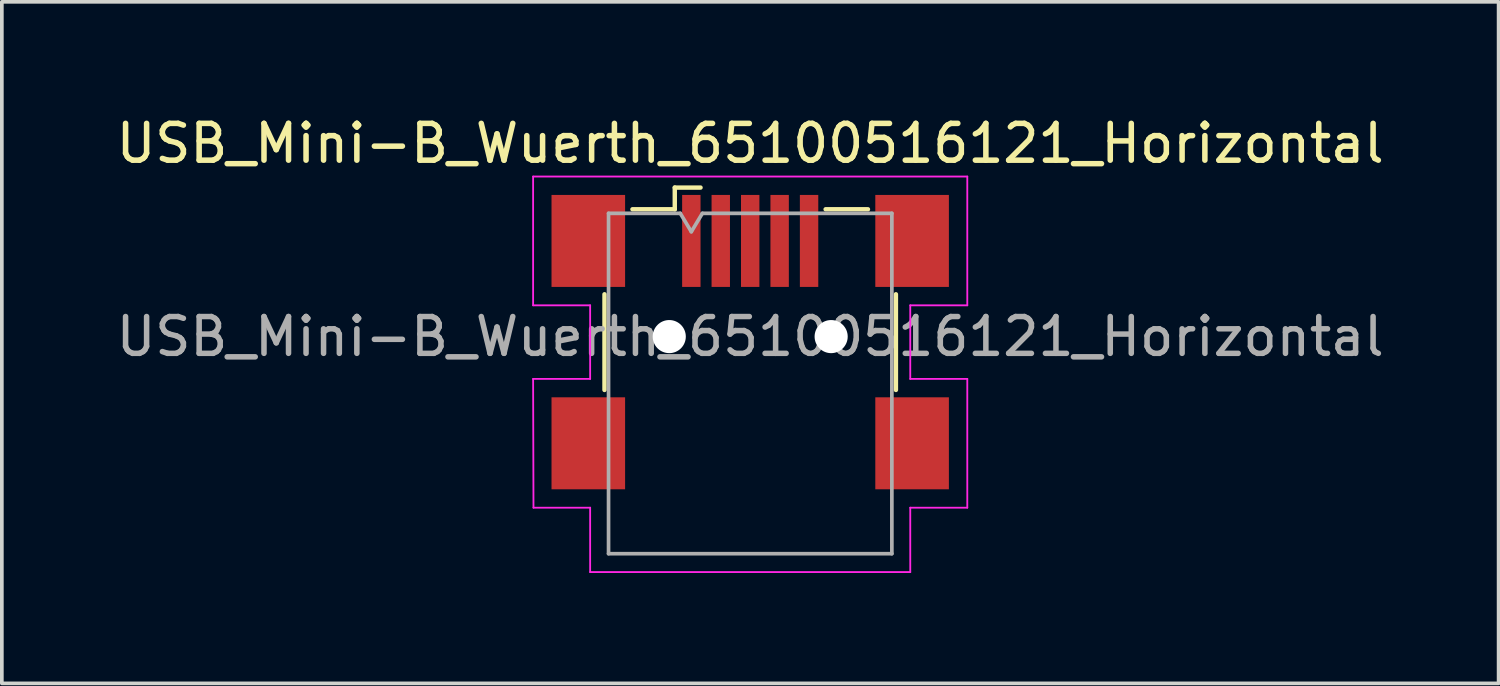
<source format=kicad_pcb>
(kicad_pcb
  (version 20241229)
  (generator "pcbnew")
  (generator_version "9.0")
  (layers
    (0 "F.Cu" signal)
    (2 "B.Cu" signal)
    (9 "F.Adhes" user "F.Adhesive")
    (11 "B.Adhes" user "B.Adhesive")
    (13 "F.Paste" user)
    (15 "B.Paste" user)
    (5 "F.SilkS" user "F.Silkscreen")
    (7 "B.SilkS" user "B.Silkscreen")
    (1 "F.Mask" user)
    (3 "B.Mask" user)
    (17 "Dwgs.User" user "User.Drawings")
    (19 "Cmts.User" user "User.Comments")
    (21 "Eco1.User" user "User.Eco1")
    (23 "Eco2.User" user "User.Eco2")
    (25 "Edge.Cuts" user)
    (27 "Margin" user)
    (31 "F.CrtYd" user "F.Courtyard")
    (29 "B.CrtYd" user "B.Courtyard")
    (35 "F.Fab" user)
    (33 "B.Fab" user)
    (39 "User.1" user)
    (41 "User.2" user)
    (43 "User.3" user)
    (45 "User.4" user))
  (footprint "USB_Mini-B_Wuerth_65100516121_Horizontal"
    (layer "F.Cu")
    (at 17.339 6.098)
    (property "Reference" "USB_Mini-B_Wuerth_65100516121_Horizontal" (at 0 -5.25 0) (layer "F.SilkS") (effects (font (size 1 1) (thickness 0.15))))
    (attr smd)
    (fp_line (start -3.96 1.45) (end -3.96 -1.15) (stroke (width 0.12) (type solid)) (layer "F.SilkS"))
    (fp_line (start -3.2 -3.46) (end -2.05 -3.46) (stroke (width 0.12) (type solid)) (layer "F.SilkS"))
    (fp_line (start -2.05 -4.05) (end -1.35 -4.05) (stroke (width 0.12) (type solid)) (layer "F.SilkS"))
    (fp_line (start -2.05 -3.46) (end -2.05 -4.05) (stroke (width 0.12) (type solid)) (layer "F.SilkS"))
    (fp_line (start 2.05 -3.46) (end 3.2 -3.46) (stroke (width 0.12) (type solid)) (layer "F.SilkS"))
    (fp_line (start 3.96 -1.15) (end 3.96 1.45) (stroke (width 0.12) (type solid)) (layer "F.SilkS"))
    (fp_line (start -5.9 -4.35) (end 5.9 -4.35) (stroke (width 0.05) (type solid)) (layer "F.CrtYd"))
    (fp_line (start -5.9 -0.85) (end -5.9 -4.35) (stroke (width 0.05) (type solid)) (layer "F.CrtYd"))
    (fp_line (start -5.9 1.15) (end -4.35 1.15) (stroke (width 0.05) (type solid)) (layer "F.CrtYd"))
    (fp_line (start -5.89 4.65) (end -5.9 1.15) (stroke (width 0.05) (type solid)) (layer "F.CrtYd"))
    (fp_line (start -4.35 -0.85) (end -5.9 -0.85) (stroke (width 0.05) (type solid)) (layer "F.CrtYd"))
    (fp_line (start -4.35 1.15) (end -4.35 -0.85) (stroke (width 0.05) (type solid)) (layer "F.CrtYd"))
    (fp_line (start -4.35 4.65) (end -5.89 4.65) (stroke (width 0.05) (type solid)) (layer "F.CrtYd"))
    (fp_line (start -4.35 6.4) (end -4.35 4.65) (stroke (width 0.05) (type solid)) (layer "F.CrtYd"))
    (fp_line (start 4.35 -0.85) (end 4.35 1.15) (stroke (width 0.05) (type solid)) (layer "F.CrtYd"))
    (fp_line (start 4.35 1.15) (end 5.9 1.15) (stroke (width 0.05) (type solid)) (layer "F.CrtYd"))
    (fp_line (start 4.35 4.65) (end 4.35 6.4) (stroke (width 0.05) (type solid)) (layer "F.CrtYd"))
    (fp_line (start 4.35 6.4) (end -4.35 6.4) (stroke (width 0.05) (type solid)) (layer "F.CrtYd"))
    (fp_line (start 5.9 -4.35) (end 5.9 -0.85) (stroke (width 0.05) (type solid)) (layer "F.CrtYd"))
    (fp_line (start 5.9 -0.85) (end 4.35 -0.85) (stroke (width 0.05) (type solid)) (layer "F.CrtYd"))
    (fp_line (start 5.9 1.15) (end 5.9 4.65) (stroke (width 0.05) (type solid)) (layer "F.CrtYd"))
    (fp_line (start 5.9 4.65) (end 4.35 4.65) (stroke (width 0.05) (type solid)) (layer "F.CrtYd"))
    (fp_line (start -3.85 -3.35) (end -1.9 -3.35) (stroke (width 0.1) (type solid)) (layer "F.Fab"))
    (fp_line (start -3.85 5.9) (end -3.85 -3.35) (stroke (width 0.1) (type solid)) (layer "F.Fab"))
    (fp_line (start -1.9 -3.35) (end -1.6 -2.85) (stroke (width 0.1) (type solid)) (layer "F.Fab"))
    (fp_line (start -1.6 -2.85) (end -1.3 -3.35) (stroke (width 0.1) (type solid)) (layer "F.Fab"))
    (fp_line (start -1.3 -3.35) (end 3.85 -3.35) (stroke (width 0.1) (type solid)) (layer "F.Fab"))
    (fp_line (start 3.85 -3.35) (end 3.85 5.9) (stroke (width 0.1) (type solid)) (layer "F.Fab"))
    (fp_line (start 3.85 5.9) (end -3.85 5.9) (stroke (width 0.1) (type solid)) (layer "F.Fab"))
    (fp_text user "${REFERENCE}" (at 0 0 0) (layer "F.Fab") (effects (font (size 1 1) (thickness 0.15))))
    (pad "" np_thru_hole circle (at -2.2 0) (size 0.9 0.9) (drill 0.9) (layers "*.Cu" "*.Mask"))
    (pad "" np_thru_hole circle (at 2.2 0) (size 0.9 0.9) (drill 0.9) (layers "*.Cu" "*.Mask"))
    (pad "1" smd rect (at -1.6 -2.6) (size 0.5 2.5) (layers "F.Cu" "F.Mask" "F.Paste"))
    (pad "2" smd rect (at -0.8 -2.6) (size 0.5 2.5) (layers "F.Cu" "F.Mask" "F.Paste"))
    (pad "3" smd rect (at 0 -2.6) (size 0.5 2.5) (layers "F.Cu" "F.Mask" "F.Paste"))
    (pad "4" smd rect (at 0.8 -2.6) (size 0.5 2.5) (layers "F.Cu" "F.Mask" "F.Paste"))
    (pad "5" smd rect (at 1.6 -2.6) (size 0.5 2.5) (layers "F.Cu" "F.Mask" "F.Paste"))
    (pad "6" smd rect (at -4.4 -2.6) (size 2 2.5) (layers "F.Cu" "F.Mask" "F.Paste"))
    (pad "6" smd rect (at -4.4 2.9) (size 2 2.5) (layers "F.Cu" "F.Mask" "F.Paste"))
    (pad "6" smd rect (at 4.4 -2.6) (size 2 2.5) (layers "F.Cu" "F.Mask" "F.Paste"))
    (pad "6" smd rect (at 4.4 2.9) (size 2 2.5) (layers "F.Cu" "F.Mask" "F.Paste")))
  (gr_rect
    (start -3 -3)
    (end 37.679 15.523)
    (stroke (width 0.1) (type default))
    (fill no)
    (layer "Edge.Cuts")))
</source>
